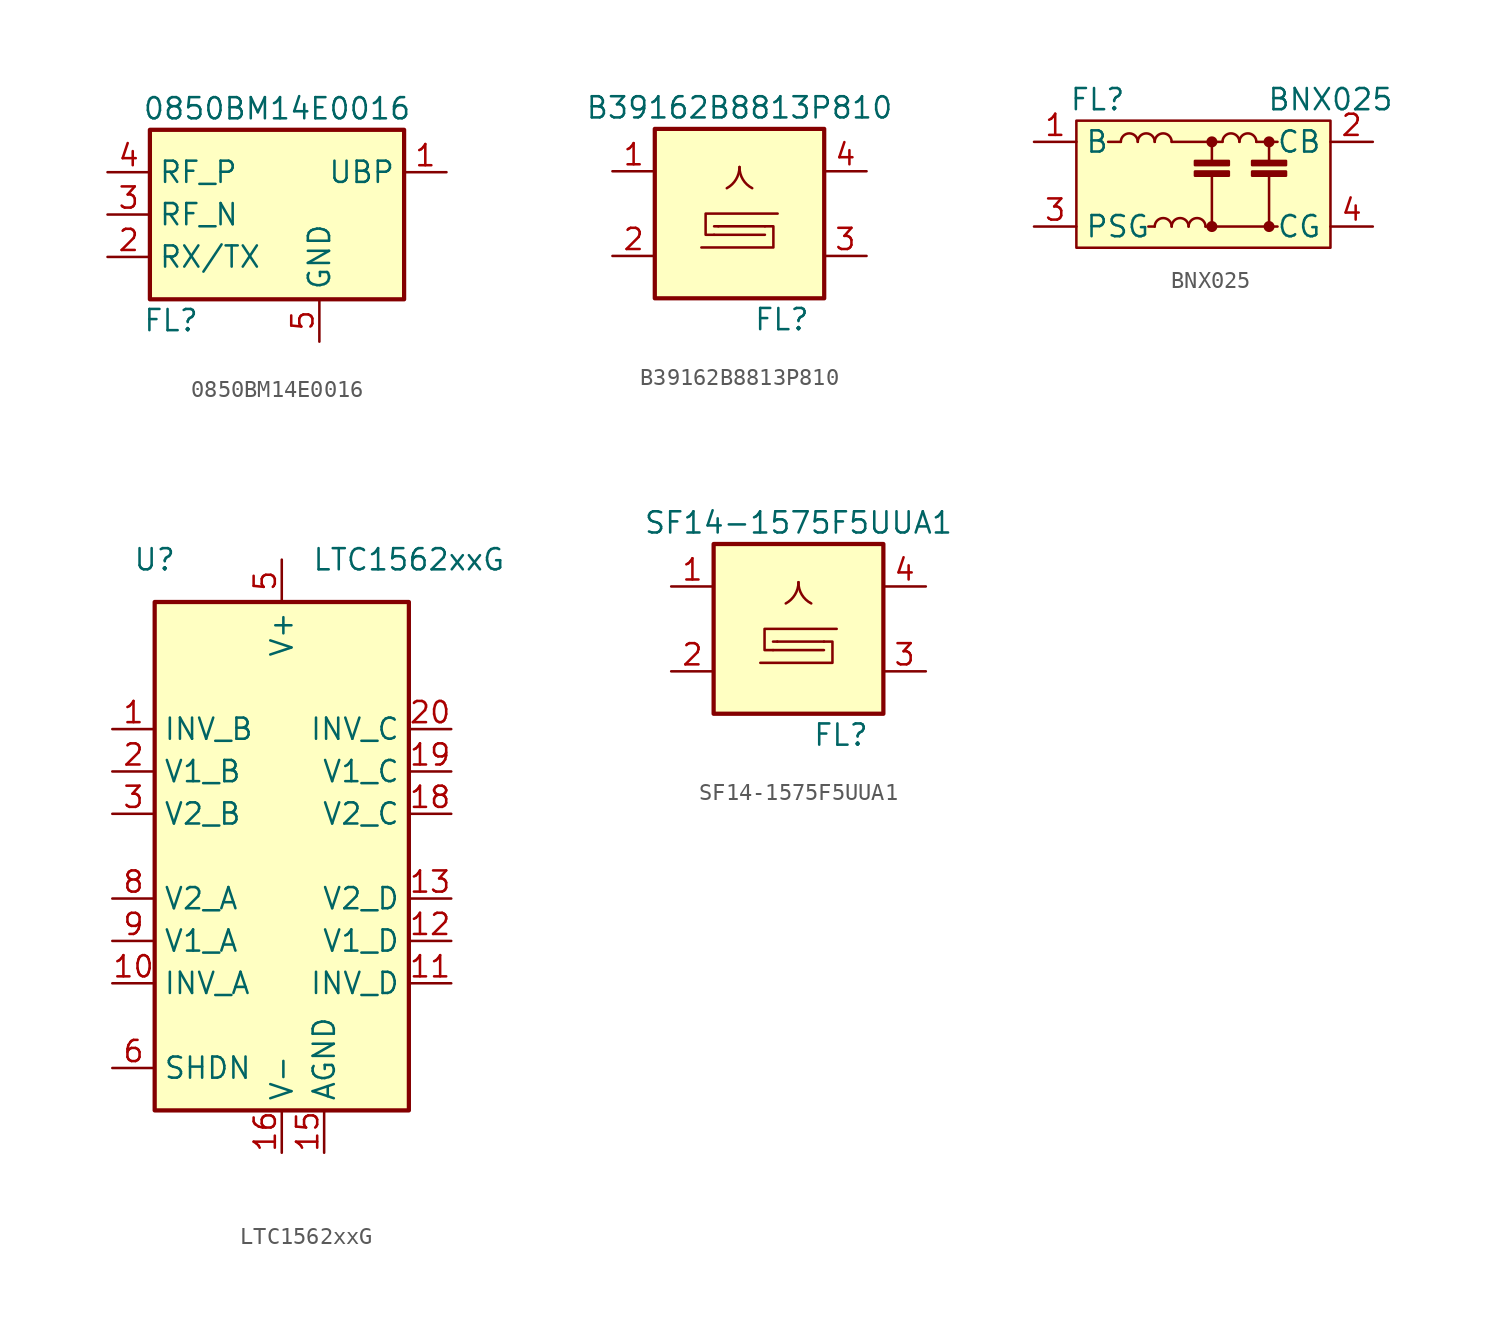
<source format=kicad_sym>
(kicad_symbol_lib
  (version 20201005)
  (generator kicad_symbol_editor)
  (symbol "Filter:0850BM14E0016"
    (property "Reference" "FL"
      (at -6.35 -6.35 0)
      (effects (font (size 1.27 1.27))))
    (property "Value" "0850BM14E0016"
      (at 0 6.35 0)
      (effects (font (size 1.27 1.27))))
    (symbol "0850BM14E0016_0_0"
      (pin passive line (at 10.16 2.54 180) (length 2.54) (name "UBP" (effects (font (size 1.27 1.27)))) (number "1" (effects (font (size 1.27 1.27)))))
      (pin passive line (at -10.16 -2.54 0) (length 2.54) (name "RX/TX" (effects (font (size 1.27 1.27)))) (number "2" (effects (font (size 1.27 1.27)))))
      (pin passive line (at -10.16 0 0) (length 2.54) (name "RF_N" (effects (font (size 1.27 1.27)))) (number "3" (effects (font (size 1.27 1.27)))))
      (pin passive line (at -10.16 2.54 0) (length 2.54) (name "RF_P" (effects (font (size 1.27 1.27)))) (number "4" (effects (font (size 1.27 1.27)))))
      (pin power_in line (at 2.54 -7.62 90) (length 2.54) (name "GND" (effects (font (size 1.27 1.27)))) (number "5" (effects (font (size 1.27 1.27)))))
      (pin passive line (at 2.54 -7.62 90) (length 2.54) hide (name "GND" (effects (font (size 1.27 1.27)))) (number "6" (effects (font (size 1.27 1.27))))))
    (symbol "0850BM14E0016_0_1"
      (rectangle (start -7.62 5.08) (end 7.62 -5.08) (stroke (width 0.254)) (fill (type background)))))
  (symbol "Filter:B39162B8813P810"
    (pin_names
      (offset 1.016))
    (property "Reference" "FL"
      (at 2.54 -6.35 0)
      (effects (font (size 1.27 1.27))))
    (property "Value" "B39162B8813P810"
      (at 0 6.35 0)
      (effects (font (size 1.27 1.27))))
    (symbol "B39162B8813P810_0_1"
      (arc (start -0.762 1.524) (end 0 2.794) (radius (at -1.4224 2.794) (length 1.4224) (angles -62.5 0)) (stroke (width 0)) (fill (type none)))
      (arc (start 0 2.794) (end 0.762 1.524) (radius (at 1.4224 2.794) (length 1.4224) (angles 180 -117.5)) (stroke (width 0)) (fill (type none)))
      (rectangle (start -5.08 5.08) (end 5.08 -5.08) (stroke (width 0.254)) (fill (type background)))
      (polyline (pts (xy -1.524 -0.762) (xy -1.27 -0.762)) (stroke (width 0)) (fill (type none)))
      (polyline (pts (xy 1.524 -1.27) (xy -1.524 -1.27)) (stroke (width 0)) (fill (type none)))
      (polyline (pts (xy 1.524 -0.762) (xy -1.27 -0.762)) (stroke (width 0)) (fill (type none)))
      (polyline (pts (xy -1.524 -1.27) (xy -2.032 -1.27) (xy -2.032 0) (xy 2.286 0)) (stroke (width 0)) (fill (type none)))
      (polyline (pts (xy 1.524 -0.762) (xy 2.032 -0.762) (xy 2.032 -2.032) (xy -2.286 -2.032)) (stroke (width 0)) (fill (type none))))
    (symbol "B39162B8813P810_1_1"
      (pin passive line (at -7.62 2.54 0) (length 2.54) (name "~" (effects (font (size 1.27 1.27)))) (number "1" (effects (font (size 1.27 1.27)))))
      (pin passive line (at -7.62 -2.54 0) (length 2.54) (name "~" (effects (font (size 1.27 1.27)))) (number "2" (effects (font (size 1.27 1.27)))))
      (pin passive line (at 7.62 -2.54 180) (length 2.54) (name "~" (effects (font (size 1.27 1.27)))) (number "3" (effects (font (size 1.27 1.27)))))
      (pin passive line (at 7.62 2.54 180) (length 2.54) (name "~" (effects (font (size 1.27 1.27)))) (number "4" (effects (font (size 1.27 1.27)))))
      (pin passive line (at -7.62 -2.54 0) (length 2.54) hide (name "~" (effects (font (size 1.27 1.27)))) (number "5" (effects (font (size 1.27 1.27)))))))
  (symbol "Filter:BNX025"
    (property "Reference" "FL"
      (at -6.35 5.08 0)
      (effects (font (size 1.27 1.27))))
    (property "Value" "BNX025"
      (at 7.62 5.08 0)
      (effects (font (size 1.27 1.27))))
    (symbol "BNX025_0_1"
      (arc (start -1.905 -2.54) (end -2.921 -2.54) (radius (at -2.413 -2.54) (length 0.508) (angles 0.1 179.9)) (stroke (width 0)) (fill (type none)))
      (arc (start -0.889 -2.54) (end -1.905 -2.54) (radius (at -1.397 -2.54) (length 0.508) (angles 0.1 179.9)) (stroke (width 0)) (fill (type none)))
      (arc (start 0.127 -2.54) (end -0.889 -2.54) (radius (at -0.381 -2.54) (length 0.508) (angles 0.1 179.9)) (stroke (width 0)) (fill (type none)))
      (arc (start 2.159 2.54) (end 1.143 2.54) (radius (at 1.651 2.54) (length 0.508) (angles 0.1 179.9)) (stroke (width 0)) (fill (type none)))
      (arc (start 3.175 2.54) (end 2.159 2.54) (radius (at 2.667 2.54) (length 0.508) (angles 0.1 179.9)) (stroke (width 0)) (fill (type none)))
      (circle (center 0.508 2.54) (radius 0.254) (stroke (width 0)) (fill (type outline)))
      (rectangle (start -7.62 3.81) (end 7.62 -3.81) (stroke (width 0)) (fill (type background)))
      (rectangle (start -0.508 0.508) (end 1.524 0.762) (stroke (width 0)) (fill (type outline)))
      (rectangle (start 1.524 1.143) (end -0.508 1.397) (stroke (width 0)) (fill (type outline)))
      (polyline (pts (xy -4.953 2.54) (xy -5.715 2.54)) (stroke (width 0)) (fill (type none)))
      (polyline (pts (xy -3.302 -2.54) (xy -2.921 -2.54)) (stroke (width 0)) (fill (type none)))
      (polyline (pts (xy 0.127 -2.54) (xy 0.508 -2.54)) (stroke (width 0)) (fill (type none)))
      (polyline (pts (xy 0.381 2.54) (xy -1.905 2.54)) (stroke (width 0)) (fill (type none)))
      (polyline (pts (xy 0.508 -2.54) (xy 0.508 0.508)) (stroke (width 0)) (fill (type none)))
      (polyline (pts (xy 0.508 2.54) (xy 0.508 1.27)) (stroke (width 0)) (fill (type none)))
      (polyline (pts (xy 1.143 2.54) (xy 0.508 2.54)) (stroke (width 0)) (fill (type none)))
      (polyline (pts (xy 3.175 2.54) (xy 3.937 2.54)) (stroke (width 0)) (fill (type none)))
      (polyline (pts (xy 3.937 -2.54) (xy 0.508 -2.54)) (stroke (width 0)) (fill (type none)))
      (polyline (pts (xy 3.937 -2.54) (xy 3.937 0.508)) (stroke (width 0)) (fill (type none)))
      (polyline (pts (xy 3.937 -2.54) (xy 4.445 -2.54)) (stroke (width 0)) (fill (type none)))
      (polyline (pts (xy 3.937 2.54) (xy 3.937 1.27)) (stroke (width 0)) (fill (type none)))
      (polyline (pts (xy 3.937 2.54) (xy 4.445 2.54)) (stroke (width 0)) (fill (type none))))
    (symbol "BNX025_1_1"
      (arc (start -3.937 2.54) (end -4.953 2.54) (radius (at -4.445 2.54) (length 0.508) (angles 0.1 179.9)) (stroke (width 0)) (fill (type none)))
      (arc (start -2.921 2.54) (end -3.937 2.54) (radius (at -3.429 2.54) (length 0.508) (angles 0.1 179.9)) (stroke (width 0)) (fill (type none)))
      (arc (start -1.905 2.54) (end -2.921 2.54) (radius (at -2.413 2.54) (length 0.508) (angles 0.1 179.9)) (stroke (width 0)) (fill (type none)))
      (circle (center 0.508 -2.54) (radius 0.254) (stroke (width 0)) (fill (type outline)))
      (circle (center 3.937 -2.54) (radius 0.254) (stroke (width 0)) (fill (type outline)))
      (circle (center 3.937 2.54) (radius 0.254) (stroke (width 0)) (fill (type outline)))
      (rectangle (start 2.921 0.508) (end 4.953 0.762) (stroke (width 0)) (fill (type outline)))
      (rectangle (start 4.953 1.143) (end 2.921 1.397) (stroke (width 0)) (fill (type outline)))
      (pin passive line (at -10.16 2.54 0) (length 2.54) (name "B" (effects (font (size 1.27 1.27)))) (number "1" (effects (font (size 1.27 1.27)))))
      (pin passive line (at 10.16 2.54 180) (length 2.54) (name "CB" (effects (font (size 1.27 1.27)))) (number "2" (effects (font (size 1.27 1.27)))))
      (pin passive line (at -10.16 -2.54 0) (length 2.54) (name "PSG" (effects (font (size 1.27 1.27)))) (number "3" (effects (font (size 1.27 1.27)))))
      (pin passive line (at 10.16 -2.54 180) (length 2.54) (name "CG" (effects (font (size 1.27 1.27)))) (number "4" (effects (font (size 1.27 1.27)))))))
  (symbol "Filter:LTC1562xxG"
    (property "Reference" "U"
      (at -7.62 17.78 0)
      (effects (font (size 1.27 1.27))))
    (property "Value" "LTC1562xxG"
      (at 7.62 17.78 0)
      (effects (font (size 1.27 1.27))))
    (symbol "LTC1562xxG_0_1"
      (rectangle (start -7.62 15.24) (end 7.62 -15.24) (stroke (width 0.254)) (fill (type background))))
    (symbol "LTC1562xxG_1_1"
      (pin input line (at -10.16 7.62 0) (length 2.54) (name "INV_B" (effects (font (size 1.27 1.27)))) (number "1" (effects (font (size 1.27 1.27)))))
      (pin input line (at -10.16 -7.62 0) (length 2.54) (name "INV_A" (effects (font (size 1.27 1.27)))) (number "10" (effects (font (size 1.27 1.27)))))
      (pin input line (at 10.16 -7.62 180) (length 2.54) (name "INV_D" (effects (font (size 1.27 1.27)))) (number "11" (effects (font (size 1.27 1.27)))))
      (pin output line (at 10.16 -5.08 180) (length 2.54) (name "V1_D" (effects (font (size 1.27 1.27)))) (number "12" (effects (font (size 1.27 1.27)))))
      (pin output line (at 10.16 -2.54 180) (length 2.54) (name "V2_D" (effects (font (size 1.27 1.27)))) (number "13" (effects (font (size 1.27 1.27)))))
      (pin passive line (at 0 -17.78 90) (length 2.54) hide (name "V-" (effects (font (size 1.27 1.27)))) (number "14" (effects (font (size 1.27 1.27)))))
      (pin power_in line (at 2.54 -17.78 90) (length 2.54) (name "AGND" (effects (font (size 1.27 1.27)))) (number "15" (effects (font (size 1.27 1.27)))))
      (pin power_in line (at 0 -17.78 90) (length 2.54) (name "V-" (effects (font (size 1.27 1.27)))) (number "16" (effects (font (size 1.27 1.27)))))
      (pin passive line (at 0 -17.78 90) (length 2.54) hide (name "V-" (effects (font (size 1.27 1.27)))) (number "17" (effects (font (size 1.27 1.27)))))
      (pin output line (at 10.16 2.54 180) (length 2.54) (name "V2_C" (effects (font (size 1.27 1.27)))) (number "18" (effects (font (size 1.27 1.27)))))
      (pin output line (at 10.16 5.08 180) (length 2.54) (name "V1_C" (effects (font (size 1.27 1.27)))) (number "19" (effects (font (size 1.27 1.27)))))
      (pin output line (at -10.16 5.08 0) (length 2.54) (name "V1_B" (effects (font (size 1.27 1.27)))) (number "2" (effects (font (size 1.27 1.27)))))
      (pin input line (at 10.16 7.62 180) (length 2.54) (name "INV_C" (effects (font (size 1.27 1.27)))) (number "20" (effects (font (size 1.27 1.27)))))
      (pin output line (at -10.16 2.54 0) (length 2.54) (name "V2_B" (effects (font (size 1.27 1.27)))) (number "3" (effects (font (size 1.27 1.27)))))
      (pin passive line (at 0 -17.78 90) (length 2.54) hide (name "V-" (effects (font (size 1.27 1.27)))) (number "4" (effects (font (size 1.27 1.27)))))
      (pin power_in line (at 0 17.78 270) (length 2.54) (name "V+" (effects (font (size 1.27 1.27)))) (number "5" (effects (font (size 1.27 1.27)))))
      (pin input line (at -10.16 -12.7 0) (length 2.54) (name "SHDN" (effects (font (size 1.27 1.27)))) (number "6" (effects (font (size 1.27 1.27)))))
      (pin passive line (at 0 -17.78 90) (length 2.54) hide (name "V-" (effects (font (size 1.27 1.27)))) (number "7" (effects (font (size 1.27 1.27)))))
      (pin output line (at -10.16 -2.54 0) (length 2.54) (name "V2_A" (effects (font (size 1.27 1.27)))) (number "8" (effects (font (size 1.27 1.27)))))
      (pin output line (at -10.16 -5.08 0) (length 2.54) (name "V1_A" (effects (font (size 1.27 1.27)))) (number "9" (effects (font (size 1.27 1.27)))))))
  (symbol "Filter:SF14-1575F5UUA1"
    (pin_names
      (offset 1.016))
    (property "Reference" "FL"
      (at 2.54 -6.35 0)
      (effects (font (size 1.27 1.27))))
    (property "Value" "SF14-1575F5UUA1"
      (at 0 6.35 0)
      (effects (font (size 1.27 1.27))))
    (symbol "SF14-1575F5UUA1_0_1"
      (arc (start -0.762 1.524) (end 0 2.794) (radius (at -1.4224 2.794) (length 1.4224) (angles -62.5 0)) (stroke (width 0)) (fill (type none)))
      (arc (start 0 2.794) (end 0.762 1.524) (radius (at 1.4224 2.794) (length 1.4224) (angles 180 -117.5)) (stroke (width 0)) (fill (type none)))
      (rectangle (start -5.08 5.08) (end 5.08 -5.08) (stroke (width 0.254)) (fill (type background)))
      (polyline (pts (xy -1.524 -0.762) (xy -1.27 -0.762)) (stroke (width 0)) (fill (type none)))
      (polyline (pts (xy 1.524 -1.27) (xy -1.524 -1.27)) (stroke (width 0)) (fill (type none)))
      (polyline (pts (xy 1.524 -0.762) (xy -1.27 -0.762)) (stroke (width 0)) (fill (type none)))
      (polyline (pts (xy -1.524 -1.27) (xy -2.032 -1.27) (xy -2.032 0) (xy 2.286 0)) (stroke (width 0)) (fill (type none)))
      (polyline (pts (xy 1.524 -0.762) (xy 2.032 -0.762) (xy 2.032 -2.032) (xy -2.286 -2.032)) (stroke (width 0)) (fill (type none))))
    (symbol "SF14-1575F5UUA1_1_1"
      (pin passive line (at -7.62 2.54 0) (length 2.54) (name "~" (effects (font (size 1.27 1.27)))) (number "1" (effects (font (size 1.27 1.27)))))
      (pin passive line (at -7.62 -2.54 0) (length 2.54) (name "~" (effects (font (size 1.27 1.27)))) (number "2" (effects (font (size 1.27 1.27)))))
      (pin passive line (at 7.62 -2.54 180) (length 2.54) (name "~" (effects (font (size 1.27 1.27)))) (number "3" (effects (font (size 1.27 1.27)))))
      (pin passive line (at 7.62 2.54 180) (length 2.54) (name "~" (effects (font (size 1.27 1.27)))) (number "4" (effects (font (size 1.27 1.27)))))
      (pin passive line (at -7.62 -2.54 0) (length 2.54) hide (name "~" (effects (font (size 1.27 1.27)))) (number "5" (effects (font (size 1.27 1.27))))))))
</source>
